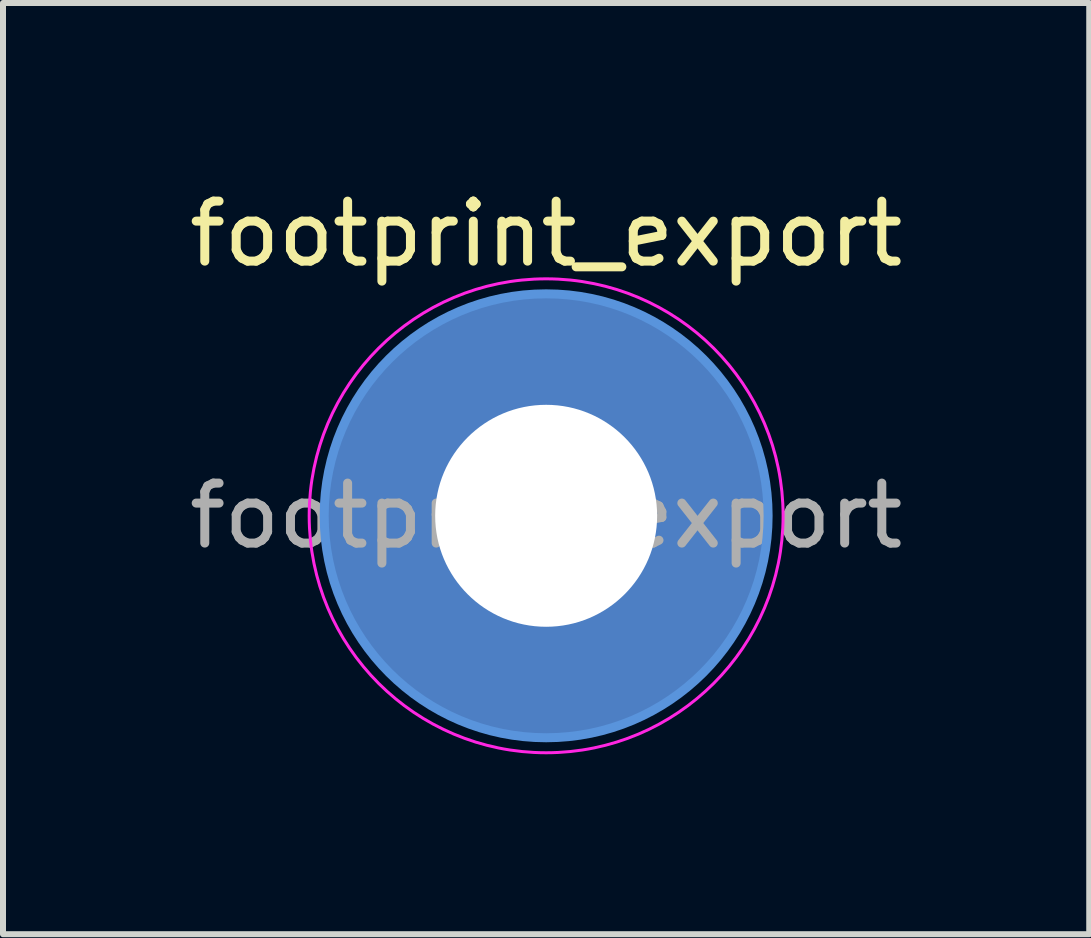
<source format=kicad_pcb>
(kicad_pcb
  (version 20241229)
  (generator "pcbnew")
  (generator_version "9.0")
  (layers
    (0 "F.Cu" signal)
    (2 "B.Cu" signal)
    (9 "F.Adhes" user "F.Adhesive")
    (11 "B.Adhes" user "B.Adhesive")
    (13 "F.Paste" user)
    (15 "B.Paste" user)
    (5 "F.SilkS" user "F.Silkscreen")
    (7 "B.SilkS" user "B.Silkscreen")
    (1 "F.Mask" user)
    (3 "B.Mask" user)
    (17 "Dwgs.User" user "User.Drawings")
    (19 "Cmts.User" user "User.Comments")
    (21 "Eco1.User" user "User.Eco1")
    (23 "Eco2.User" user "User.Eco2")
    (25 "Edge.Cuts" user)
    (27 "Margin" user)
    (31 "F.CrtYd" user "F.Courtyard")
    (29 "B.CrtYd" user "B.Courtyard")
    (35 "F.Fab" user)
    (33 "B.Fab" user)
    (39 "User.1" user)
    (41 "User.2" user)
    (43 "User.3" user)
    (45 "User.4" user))
  (footprint "footprint_export"
    (layer "F.Cu")
    (at 6.054 5.548)
    (property "Reference" "footprint_export" (at 0 -4.7 0) (layer "F.SilkS") (effects (font (size 1 1) (thickness 0.15))))
    (attr exclude_from_pos_files exclude_from_bom)
    (fp_circle (center 0 0) (end 3.7 0) (stroke (width 0.15) (type solid)) (fill no) (layer "Cmts.User"))
    (fp_circle (center 0 0) (end 3.95 0) (stroke (width 0.05) (type solid)) (fill no) (layer "F.CrtYd"))
    (fp_text user "${REFERENCE}" (at 0 0 0) (layer "F.Fab") (effects (font (size 1 1) (thickness 0.15))))
    (pad "1" thru_hole circle (at 0 0) (size 4.1 4.1) (drill 3.7) (layers "*.Cu" "*.Mask"))
    (pad "1" connect circle (at 0 0) (size 7.4 7.4) (layers "F.Cu" "F.Mask"))
    (pad "1" connect circle (at 0 0) (size 7.4 7.4) (layers "B.Cu" "B.Mask")))
  (gr_rect
    (start -3 -3)
    (end 15.107 12.523)
    (stroke (width 0.1) (type default))
    (fill no)
    (layer "Edge.Cuts")))
</source>
